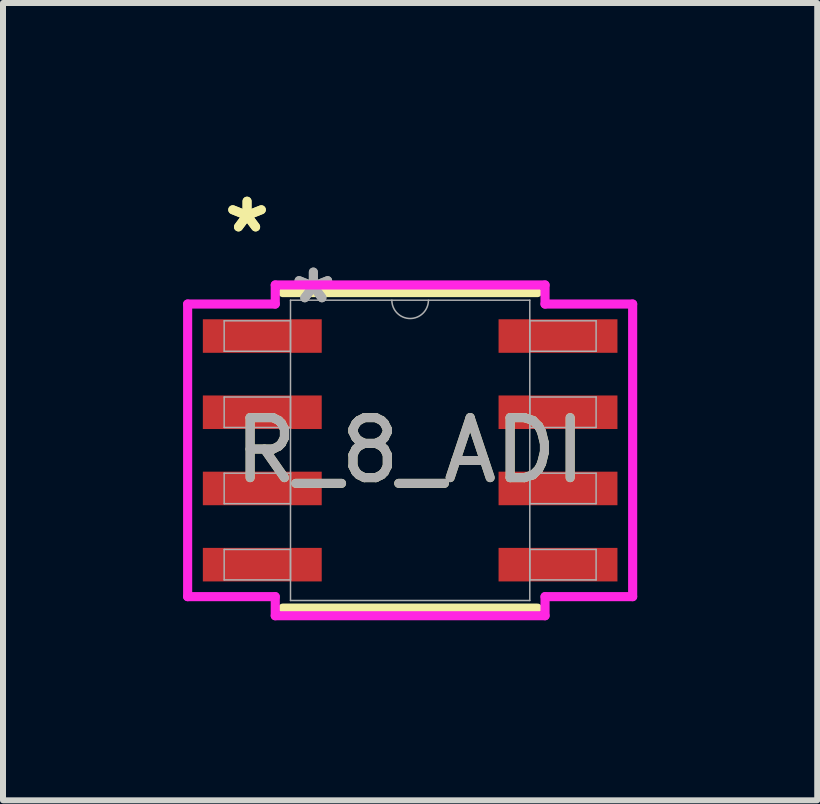
<source format=kicad_pcb>
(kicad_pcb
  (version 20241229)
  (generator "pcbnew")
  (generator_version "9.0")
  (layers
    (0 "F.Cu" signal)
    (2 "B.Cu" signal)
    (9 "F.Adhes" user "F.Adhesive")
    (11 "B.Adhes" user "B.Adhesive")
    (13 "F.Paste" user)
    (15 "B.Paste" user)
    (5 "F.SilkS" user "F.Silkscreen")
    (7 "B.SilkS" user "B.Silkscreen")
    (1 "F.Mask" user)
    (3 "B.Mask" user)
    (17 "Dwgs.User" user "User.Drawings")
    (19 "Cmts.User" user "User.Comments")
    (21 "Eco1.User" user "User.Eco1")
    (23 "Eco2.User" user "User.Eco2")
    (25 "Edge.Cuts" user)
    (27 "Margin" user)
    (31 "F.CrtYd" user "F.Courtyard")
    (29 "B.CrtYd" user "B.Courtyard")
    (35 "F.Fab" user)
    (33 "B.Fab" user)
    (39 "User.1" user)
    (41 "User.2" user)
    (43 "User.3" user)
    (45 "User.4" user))
  (footprint "R_8_ADI"
    (layer "F.Cu")
    (at 3.785 4.455)
    (property "Reference" "R_8_ADI" (at 0 0 0) (unlocked yes) (layer "F.SilkS") (effects (font (size 1 1) (thickness 0.15))))
    (attr smd)
    (fp_line (start -2.121 2.629) (end 2.121 2.629) (stroke (width 0.152) (type solid)) (layer "F.SilkS"))
    (fp_line (start 2.121 -2.629) (end -2.121 -2.629) (stroke (width 0.152) (type solid)) (layer "F.SilkS"))
    (fp_line (start -3.708 -2.438) (end -2.248 -2.438) (stroke (width 0.152) (type solid)) (layer "F.CrtYd"))
    (fp_line (start -3.708 2.438) (end -3.708 -2.438) (stroke (width 0.152) (type solid)) (layer "F.CrtYd"))
    (fp_line (start -3.708 2.438) (end -2.248 2.438) (stroke (width 0.152) (type solid)) (layer "F.CrtYd"))
    (fp_line (start -2.248 -2.756) (end 2.248 -2.756) (stroke (width 0.152) (type solid)) (layer "F.CrtYd"))
    (fp_line (start -2.248 -2.438) (end -2.248 -2.756) (stroke (width 0.152) (type solid)) (layer "F.CrtYd"))
    (fp_line (start -2.248 2.756) (end -2.248 2.438) (stroke (width 0.152) (type solid)) (layer "F.CrtYd"))
    (fp_line (start 2.248 -2.756) (end 2.248 -2.438) (stroke (width 0.152) (type solid)) (layer "F.CrtYd"))
    (fp_line (start 2.248 2.438) (end 2.248 2.756) (stroke (width 0.152) (type solid)) (layer "F.CrtYd"))
    (fp_line (start 2.248 2.756) (end -2.248 2.756) (stroke (width 0.152) (type solid)) (layer "F.CrtYd"))
    (fp_line (start 3.708 -2.438) (end 2.248 -2.438) (stroke (width 0.152) (type solid)) (layer "F.CrtYd"))
    (fp_line (start 3.708 -2.438) (end 3.708 2.438) (stroke (width 0.152) (type solid)) (layer "F.CrtYd"))
    (fp_line (start 3.708 2.438) (end 2.248 2.438) (stroke (width 0.152) (type solid)) (layer "F.CrtYd"))
    (fp_line (start -3.099 -2.159) (end -3.099 -1.651) (stroke (width 0.025) (type solid)) (layer "F.Fab"))
    (fp_line (start -3.099 -1.651) (end -1.994 -1.651) (stroke (width 0.025) (type solid)) (layer "F.Fab"))
    (fp_line (start -3.099 -0.889) (end -3.099 -0.381) (stroke (width 0.025) (type solid)) (layer "F.Fab"))
    (fp_line (start -3.099 -0.381) (end -1.994 -0.381) (stroke (width 0.025) (type solid)) (layer "F.Fab"))
    (fp_line (start -3.099 0.381) (end -3.099 0.889) (stroke (width 0.025) (type solid)) (layer "F.Fab"))
    (fp_line (start -3.099 0.889) (end -1.994 0.889) (stroke (width 0.025) (type solid)) (layer "F.Fab"))
    (fp_line (start -3.099 1.651) (end -3.099 2.159) (stroke (width 0.025) (type solid)) (layer "F.Fab"))
    (fp_line (start -3.099 2.159) (end -1.994 2.159) (stroke (width 0.025) (type solid)) (layer "F.Fab"))
    (fp_line (start -1.994 -2.502) (end -1.994 2.502) (stroke (width 0.025) (type solid)) (layer "F.Fab"))
    (fp_line (start -1.994 -2.159) (end -3.099 -2.159) (stroke (width 0.025) (type solid)) (layer "F.Fab"))
    (fp_line (start -1.994 -1.651) (end -1.994 -2.159) (stroke (width 0.025) (type solid)) (layer "F.Fab"))
    (fp_line (start -1.994 -0.889) (end -3.099 -0.889) (stroke (width 0.025) (type solid)) (layer "F.Fab"))
    (fp_line (start -1.994 -0.381) (end -1.994 -0.889) (stroke (width 0.025) (type solid)) (layer "F.Fab"))
    (fp_line (start -1.994 0.381) (end -3.099 0.381) (stroke (width 0.025) (type solid)) (layer "F.Fab"))
    (fp_line (start -1.994 0.889) (end -1.994 0.381) (stroke (width 0.025) (type solid)) (layer "F.Fab"))
    (fp_line (start -1.994 1.651) (end -3.099 1.651) (stroke (width 0.025) (type solid)) (layer "F.Fab"))
    (fp_line (start -1.994 2.159) (end -1.994 1.651) (stroke (width 0.025) (type solid)) (layer "F.Fab"))
    (fp_line (start -1.994 2.502) (end 1.994 2.502) (stroke (width 0.025) (type solid)) (layer "F.Fab"))
    (fp_line (start 1.994 -2.502) (end -1.994 -2.502) (stroke (width 0.025) (type solid)) (layer "F.Fab"))
    (fp_line (start 1.994 -2.159) (end 1.994 -1.651) (stroke (width 0.025) (type solid)) (layer "F.Fab"))
    (fp_line (start 1.994 -1.651) (end 3.099 -1.651) (stroke (width 0.025) (type solid)) (layer "F.Fab"))
    (fp_line (start 1.994 -0.889) (end 1.994 -0.381) (stroke (width 0.025) (type solid)) (layer "F.Fab"))
    (fp_line (start 1.994 -0.381) (end 3.099 -0.381) (stroke (width 0.025) (type solid)) (layer "F.Fab"))
    (fp_line (start 1.994 0.381) (end 1.994 0.889) (stroke (width 0.025) (type solid)) (layer "F.Fab"))
    (fp_line (start 1.994 0.889) (end 3.099 0.889) (stroke (width 0.025) (type solid)) (layer "F.Fab"))
    (fp_line (start 1.994 1.651) (end 1.994 2.159) (stroke (width 0.025) (type solid)) (layer "F.Fab"))
    (fp_line (start 1.994 2.159) (end 3.099 2.159) (stroke (width 0.025) (type solid)) (layer "F.Fab"))
    (fp_line (start 1.994 2.502) (end 1.994 -2.502) (stroke (width 0.025) (type solid)) (layer "F.Fab"))
    (fp_line (start 3.099 -2.159) (end 1.994 -2.159) (stroke (width 0.025) (type solid)) (layer "F.Fab"))
    (fp_line (start 3.099 -1.651) (end 3.099 -2.159) (stroke (width 0.025) (type solid)) (layer "F.Fab"))
    (fp_line (start 3.099 -0.889) (end 1.994 -0.889) (stroke (width 0.025) (type solid)) (layer "F.Fab"))
    (fp_line (start 3.099 -0.381) (end 3.099 -0.889) (stroke (width 0.025) (type solid)) (layer "F.Fab"))
    (fp_line (start 3.099 0.381) (end 1.994 0.381) (stroke (width 0.025) (type solid)) (layer "F.Fab"))
    (fp_line (start 3.099 0.889) (end 3.099 0.381) (stroke (width 0.025) (type solid)) (layer "F.Fab"))
    (fp_line (start 3.099 1.651) (end 1.994 1.651) (stroke (width 0.025) (type solid)) (layer "F.Fab"))
    (fp_line (start 3.099 2.159) (end 3.099 1.651) (stroke (width 0.025) (type solid)) (layer "F.Fab"))
    (fp_arc (start 0.3048 -2.5019) (mid 0 -2.1971) (end -0.3048 -2.5019) (stroke (width 0.0254) (type solid)) (layer "F.Fab"))
    (fp_text user "*" (at -2.718 -3.607 0) (layer "F.SilkS") (effects (font (size 1 1) (thickness 0.15))))
    (fp_text user "*" (at -2.718 -3.607 0) (unlocked yes) (layer "F.SilkS") (effects (font (size 1 1) (thickness 0.15))))
    (fp_text user "*" (at -1.613 -2.426 0) (layer "F.Fab") (effects (font (size 1 1) (thickness 0.15))))
    (fp_text user "${REFERENCE}" (at 0 0 0) (unlocked yes) (layer "F.Fab") (effects (font (size 1 1) (thickness 0.15))))
    (fp_text user "*" (at -1.613 -2.426 0) (unlocked yes) (layer "F.Fab") (effects (font (size 1 1) (thickness 0.15))))
    (pad "1" smd rect (at -2.464 -1.905) (size 1.981 0.559) (layers "F.Cu" "F.Mask" "F.Paste"))
    (pad "2" smd rect (at -2.464 -0.635) (size 1.981 0.559) (layers "F.Cu" "F.Mask" "F.Paste"))
    (pad "3" smd rect (at -2.464 0.635) (size 1.981 0.559) (layers "F.Cu" "F.Mask" "F.Paste"))
    (pad "4" smd rect (at -2.464 1.905) (size 1.981 0.559) (layers "F.Cu" "F.Mask" "F.Paste"))
    (pad "5" smd rect (at 2.464 1.905) (size 1.981 0.559) (layers "F.Cu" "F.Mask" "F.Paste"))
    (pad "6" smd rect (at 2.464 0.635) (size 1.981 0.559) (layers "F.Cu" "F.Mask" "F.Paste"))
    (pad "7" smd rect (at 2.464 -0.635) (size 1.981 0.559) (layers "F.Cu" "F.Mask" "F.Paste"))
    (pad "8" smd rect (at 2.464 -1.905) (size 1.981 0.559) (layers "F.Cu" "F.Mask" "F.Paste")))
  (gr_rect
    (start -3 -3)
    (end 10.569 10.287)
    (stroke (width 0.1) (type default))
    (fill no)
    (layer "Edge.Cuts")))
</source>
